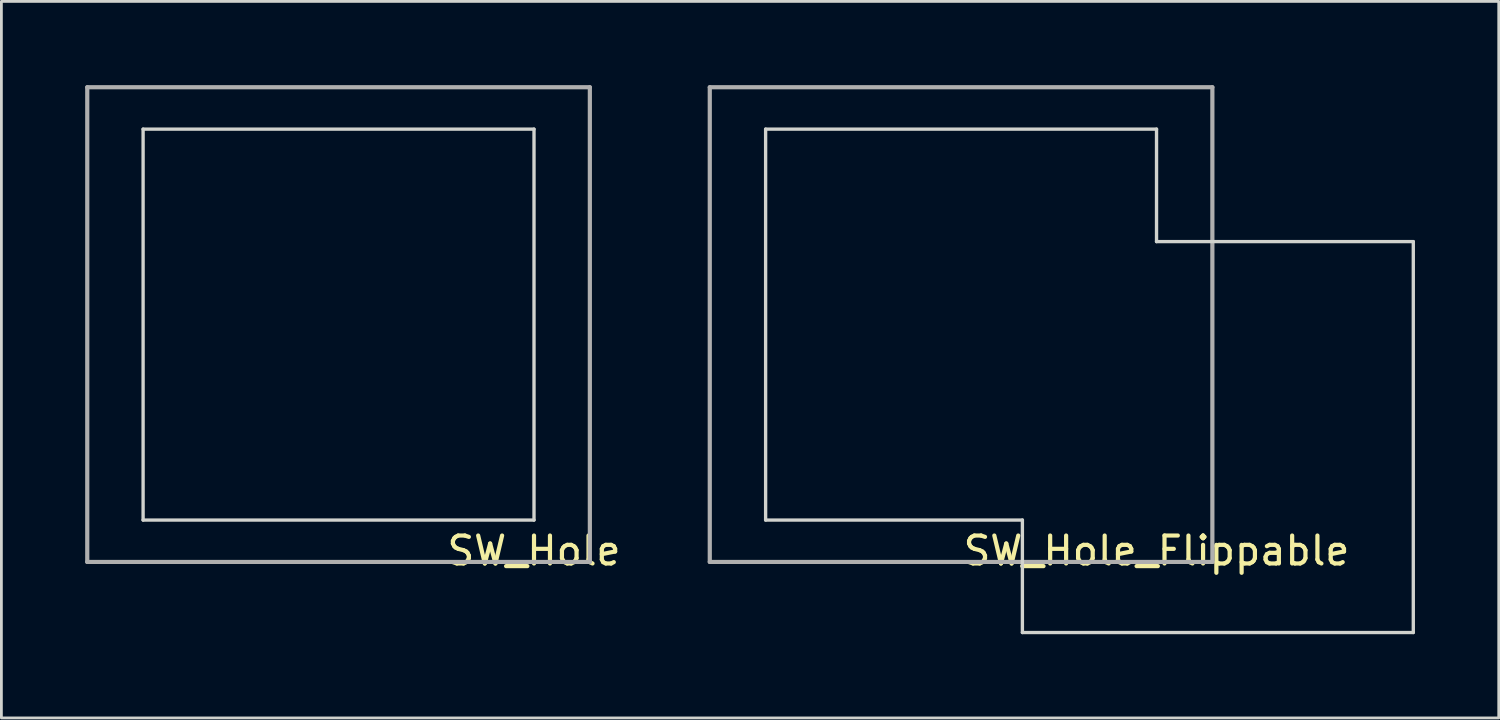
<source format=kicad_pcb>
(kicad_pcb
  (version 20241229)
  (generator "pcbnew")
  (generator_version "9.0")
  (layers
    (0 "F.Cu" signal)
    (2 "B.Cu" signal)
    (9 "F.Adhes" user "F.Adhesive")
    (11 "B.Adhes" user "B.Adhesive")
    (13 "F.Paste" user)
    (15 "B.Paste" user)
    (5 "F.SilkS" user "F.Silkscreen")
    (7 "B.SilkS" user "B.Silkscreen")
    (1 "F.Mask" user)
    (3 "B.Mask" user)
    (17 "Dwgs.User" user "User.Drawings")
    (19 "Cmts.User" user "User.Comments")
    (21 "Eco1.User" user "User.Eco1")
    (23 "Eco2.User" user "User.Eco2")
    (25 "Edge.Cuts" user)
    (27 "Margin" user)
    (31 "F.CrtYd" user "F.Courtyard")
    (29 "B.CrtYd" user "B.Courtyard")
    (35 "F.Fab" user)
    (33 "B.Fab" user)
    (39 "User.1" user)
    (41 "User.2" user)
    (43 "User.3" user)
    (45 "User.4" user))
  (footprint "SW_Hole_Flippable"
    (layer "F.Cu")
    (at 31.37 8.575)
    (property "Reference" "SW_Hole_Flippable" (at 7 8.1 0) (layer "F.SilkS") (effects (font (size 1 1) (thickness 0.15))))
    (attr through_hole)
    (fp_line (start -7 -7) (end -7 7) (stroke (width 0.12) (type solid)) (layer "Edge.Cuts"))
    (fp_line (start -7 7) (end 2.196 7) (stroke (width 0.12) (type solid)) (layer "Edge.Cuts"))
    (fp_line (start 2.196 7) (end 2.196 11.028) (stroke (width 0.12) (type solid)) (layer "Edge.Cuts"))
    (fp_line (start 7 -7) (end -7 -7) (stroke (width 0.12) (type solid)) (layer "Edge.Cuts"))
    (fp_line (start 7 -2.972) (end 7 -7) (stroke (width 0.12) (type solid)) (layer "Edge.Cuts"))
    (fp_line (start 16.196 -2.972) (end 7 -2.972) (stroke (width 0.12) (type solid)) (layer "Edge.Cuts"))
    (fp_line (start 16.196 -2.972) (end 16.196 11.028) (stroke (width 0.12) (type solid)) (layer "Edge.Cuts"))
    (fp_line (start 16.196 11.028) (end 2.196 11.028) (stroke (width 0.12) (type solid)) (layer "Edge.Cuts"))
    (fp_line (start -9 -8.5) (end -9 8.5) (stroke (width 0.15) (type solid)) (layer "F.Fab"))
    (fp_line (start -9 8.5) (end 9 8.5) (stroke (width 0.15) (type solid)) (layer "F.Fab"))
    (fp_line (start 9 -8.5) (end -9 -8.5) (stroke (width 0.15) (type solid)) (layer "F.Fab"))
    (fp_line (start 9 8.5) (end 9 -8.5) (stroke (width 0.15) (type solid)) (layer "F.Fab")))
  (footprint "SW_Hole"
    (layer "F.Cu")
    (at 9.075 8.575)
    (property "Reference" "SW_Hole" (at 7 8.1 0) (layer "F.SilkS") (effects (font (size 1 1) (thickness 0.15))))
    (attr through_hole)
    (fp_line (start -7 -7) (end -7 7) (stroke (width 0.12) (type solid)) (layer "Edge.Cuts"))
    (fp_line (start -7 7) (end 7 7) (stroke (width 0.12) (type solid)) (layer "Edge.Cuts"))
    (fp_line (start 7 -7) (end -7 -7) (stroke (width 0.12) (type solid)) (layer "Edge.Cuts"))
    (fp_line (start 7 7) (end 7 -7) (stroke (width 0.12) (type solid)) (layer "Edge.Cuts"))
    (fp_line (start -9 -8.5) (end -9 8.5) (stroke (width 0.15) (type solid)) (layer "F.Fab"))
    (fp_line (start -9 8.5) (end 9 8.5) (stroke (width 0.15) (type solid)) (layer "F.Fab"))
    (fp_line (start 9 -8.5) (end -9 -8.5) (stroke (width 0.15) (type solid)) (layer "F.Fab"))
    (fp_line (start 9 8.5) (end 9 -8.5) (stroke (width 0.15) (type solid)) (layer "F.Fab")))
  (gr_rect
    (start -3 -3)
    (end 50.626 22.663)
    (stroke (width 0.1) (type default))
    (fill no)
    (layer "Edge.Cuts")))
</source>
